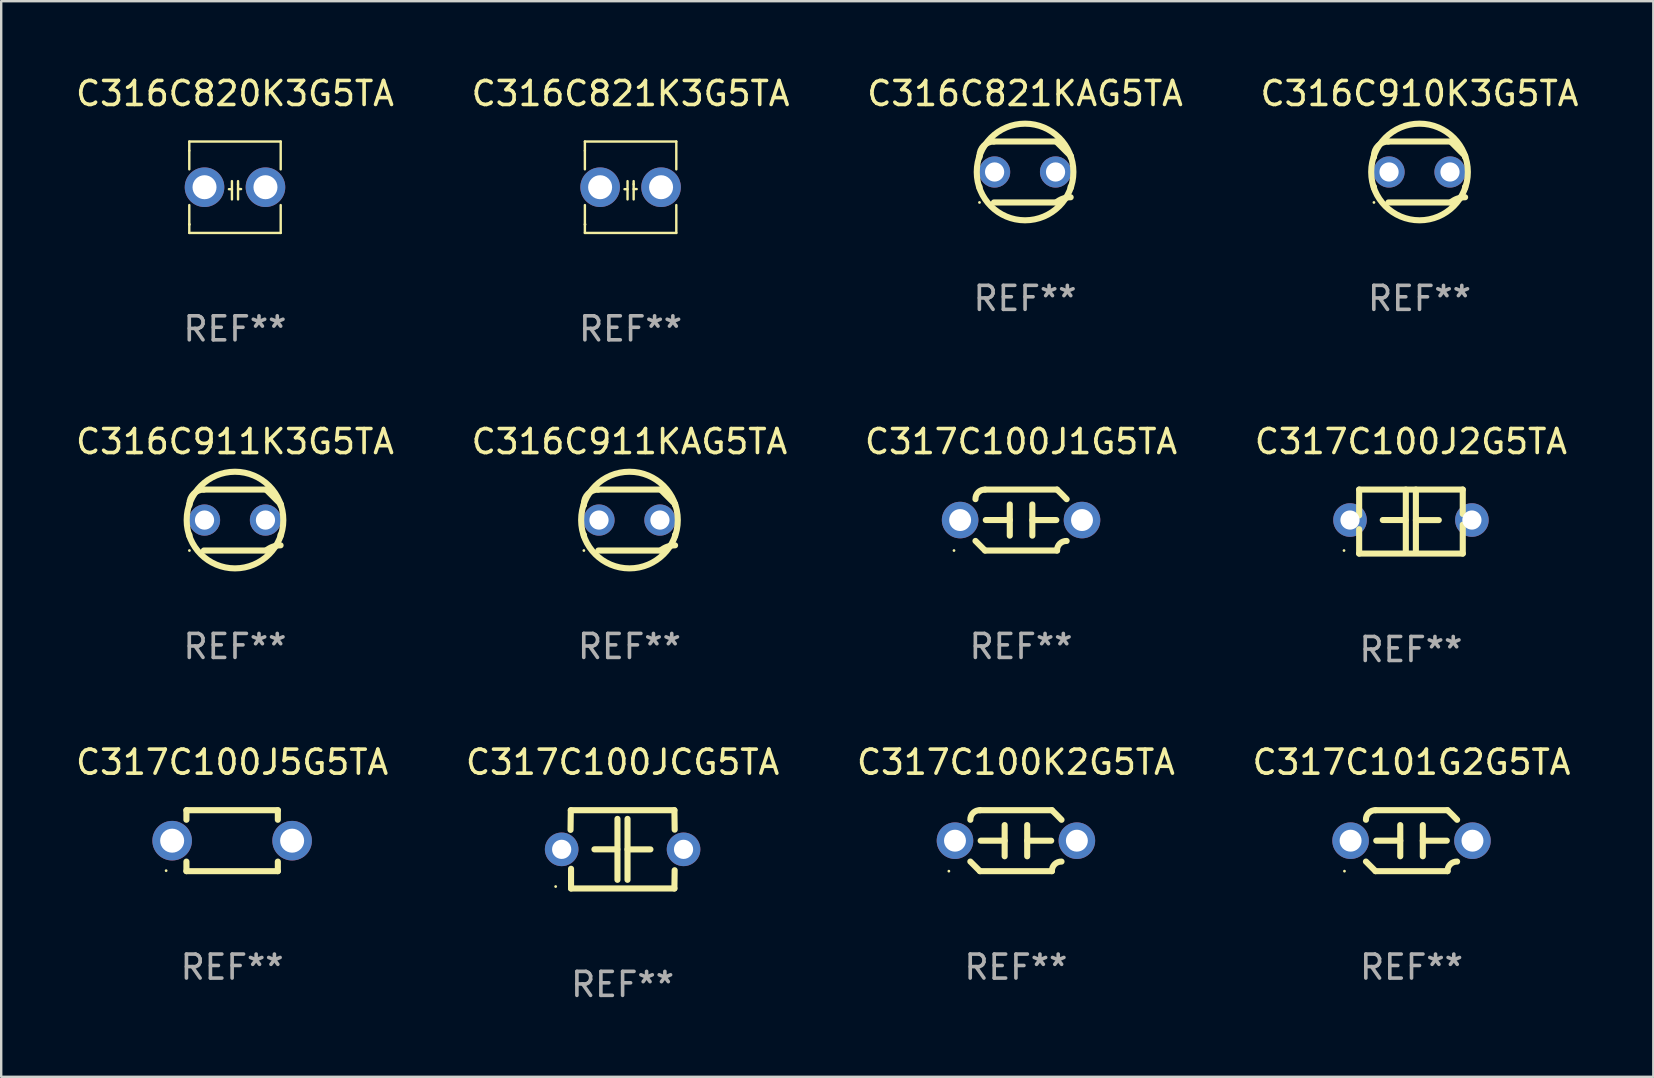
<source format=kicad_pcb>
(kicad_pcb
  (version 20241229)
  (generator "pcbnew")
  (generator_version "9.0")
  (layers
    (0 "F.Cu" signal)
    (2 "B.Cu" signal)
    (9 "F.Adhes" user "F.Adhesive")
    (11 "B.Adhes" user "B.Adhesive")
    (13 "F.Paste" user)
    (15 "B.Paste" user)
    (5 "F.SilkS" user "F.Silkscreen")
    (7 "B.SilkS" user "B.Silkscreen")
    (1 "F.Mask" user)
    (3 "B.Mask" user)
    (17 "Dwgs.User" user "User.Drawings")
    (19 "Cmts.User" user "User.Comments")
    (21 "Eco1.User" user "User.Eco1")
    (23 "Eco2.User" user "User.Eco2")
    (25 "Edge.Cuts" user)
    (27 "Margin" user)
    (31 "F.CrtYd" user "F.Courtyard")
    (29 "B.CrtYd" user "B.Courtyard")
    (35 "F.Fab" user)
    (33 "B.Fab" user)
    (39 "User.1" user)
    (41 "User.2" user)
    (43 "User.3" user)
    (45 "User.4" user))
  (footprint "C317C100J2G5TA"
    (layer "F.Cu")
    (at 55.756 18.688)
    (property "Reference" "C317C100J2G5TA" (at 0 -3.334 0) (layer "F.SilkS") (effects (font (size 1 1) (thickness 0.15))))
    (attr through_hole)
    (fp_line (start -2.159 -1.334) (end 2.159 -1.334) (stroke (width 0.254) (type solid)) (layer "F.SilkS"))
    (fp_line (start -2.159 -0.256) (end -2.159 -1.334) (stroke (width 0.254) (type solid)) (layer "F.SilkS"))
    (fp_line (start -2.159 1.334) (end -2.159 0.318) (stroke (width 0.254) (type solid)) (layer "F.SilkS"))
    (fp_line (start -0.22 -0.064) (end -1.175 -0.064) (stroke (width 0.254) (type solid)) (layer "F.SilkS"))
    (fp_line (start -0.214 -1.334) (end -0.214 1.207) (stroke (width 0.254) (type solid)) (layer "F.SilkS"))
    (fp_line (start 0.205 -1.334) (end 0.205 1.207) (stroke (width 0.254) (type solid)) (layer "F.SilkS"))
    (fp_line (start 0.205 -0.061) (end 1.16 -0.061) (stroke (width 0.254) (type solid)) (layer "F.SilkS"))
    (fp_line (start 2.159 -1.334) (end 2.159 -0.318) (stroke (width 0.254) (type solid)) (layer "F.SilkS"))
    (fp_line (start 2.159 0.129) (end 2.159 1.334) (stroke (width 0.254) (type solid)) (layer "F.SilkS"))
    (fp_line (start 2.159 1.334) (end -2.159 1.334) (stroke (width 0.254) (type solid)) (layer "F.SilkS"))
    (fp_circle (center -2.79 1.207) (end -2.76 1.207) (stroke (width 0.06) (type solid)) (fill no) (layer "F.SilkS"))
    (fp_text user "REF**" (at 0 5.334 0) (layer "F.Fab") (effects (font (size 1 1) (thickness 0.15))))
    (pad "1" thru_hole circle (at -2.54 -0.064) (size 1.4 1.4) (drill 0.8) (layers "*.Cu" "*.Mask"))
    (pad "2" thru_hole circle (at 2.54 -0.064) (size 1.4 1.4) (drill 0.8) (layers "*.Cu" "*.Mask")))
  (footprint "C317C100J5G5TA"
    (layer "F.Cu")
    (at 6.625 31.988)
    (property "Reference" "C317C100J5G5TA" (at 0 -3.27 0) (layer "F.SilkS") (effects (font (size 1 1) (thickness 0.15))))
    (attr through_hole)
    (fp_line (start -1.905 -1.27) (end 1.905 -1.27) (stroke (width 0.254) (type solid)) (layer "F.SilkS"))
    (fp_line (start -1.905 -0.872) (end -1.905 -1.27) (stroke (width 0.254) (type solid)) (layer "F.SilkS"))
    (fp_line (start -1.905 1.27) (end -1.905 0.872) (stroke (width 0.254) (type solid)) (layer "F.SilkS"))
    (fp_line (start 1.905 -1.27) (end 1.905 -0.872) (stroke (width 0.254) (type solid)) (layer "F.SilkS"))
    (fp_line (start 1.905 0.872) (end 1.905 1.27) (stroke (width 0.254) (type solid)) (layer "F.SilkS"))
    (fp_line (start 1.905 1.27) (end -1.905 1.27) (stroke (width 0.254) (type solid)) (layer "F.SilkS"))
    (fp_circle (center -2.751 1.25) (end -2.721 1.25) (stroke (width 0.06) (type solid)) (fill no) (layer "F.SilkS"))
    (fp_text user "REF**" (at 0 5.27 0) (layer "F.Fab") (effects (font (size 1 1) (thickness 0.15))))
    (pad "1" thru_hole circle (at -2.5 0) (size 1.65 1.65) (drill 1) (layers "*.Cu" "*.Mask"))
    (pad "2" thru_hole circle (at 2.5 0) (size 1.65 1.65) (drill 1) (layers "*.Cu" "*.Mask")))
  (footprint "C316C911K3G5TA"
    (layer "F.Cu")
    (at 6.744 18.625)
    (property "Reference" "C316C911K3G5TA" (at 0 -3.27 0) (layer "F.SilkS") (effects (font (size 1 1) (thickness 0.15))))
    (attr through_hole)
    (fp_line (start -1.9 -0.615) (end -1.9 -0.668) (stroke (width 0.254) (type solid)) (layer "F.SilkS"))
    (fp_line (start -1.9 0.668) (end -1.9 0.615) (stroke (width 0.254) (type solid)) (layer "F.SilkS"))
    (fp_line (start -1.298 1.27) (end 1.298 1.27) (stroke (width 0.254) (type solid)) (layer "F.SilkS"))
    (fp_line (start -1.298 -1.27) (end 1.298 -1.27) (stroke (width 0.254) (type solid)) (layer "F.SilkS"))
    (fp_line (start 1.9 -0.668) (end 1.9 -0.615) (stroke (width 0.254) (type solid)) (layer "F.SilkS"))
    (fp_line (start 1.9 0.615) (end 1.9 0.668) (stroke (width 0.254) (type solid)) (layer "F.SilkS"))
    (fp_arc (start -1.900025 0.667602) (mid 1.900003 -0.66758) (end -1.900025 0.667602) (stroke (width 0.254001) (type solid)) (layer "F.SilkS"))
    (fp_arc (start -1.9 -0.667602) (mid -1.723557 -1.093572) (end -1.297587 -1.270015) (stroke (width 0.254001) (type solid)) (layer "F.SilkS"))
    (fp_arc (start 1.297587 1.26999) (mid 1.579878 1.109027) (end 1.9 1.053172) (stroke (width 0.254001) (type solid)) (layer "F.SilkS"))
    (fp_arc (start 1.297611 -1.270042) (mid 1.598991 -0.969008) (end 1.900025 -0.667628) (stroke (width 0.254001) (type solid)) (layer "F.SilkS"))
    (fp_circle (center -1.9 1.27) (end -1.87 1.27) (stroke (width 0.06) (type solid)) (fill no) (layer "F.SilkS"))
    (fp_text user "REF**" (at 0 5.27 0) (layer "F.Fab") (effects (font (size 1 1) (thickness 0.15))))
    (pad "1" thru_hole circle (at -1.27 -0.000013) (size 1.3 1.3) (drill 0.8) (layers "*.Cu" "*.Mask"))
    (pad "2" thru_hole circle (at 1.27 -0.000013) (size 1.3 1.3) (drill 0.8) (layers "*.Cu" "*.Mask")))
  (footprint "C316C821K3G5TA"
    (layer "F.Cu")
    (at 23.232 4.753)
    (property "Reference" "C316C821K3G5TA" (at 0 -3.905 0) (layer "F.SilkS") (effects (font (size 1 1) (thickness 0.15))))
    (attr through_hole)
    (fp_line (start -1.905 -1.905) (end -1.905 -1.524) (stroke (width 0.1) (type solid)) (layer "F.SilkS"))
    (fp_line (start -1.905 -1.524) (end -1.905 -0.745) (stroke (width 0.1) (type solid)) (layer "F.SilkS"))
    (fp_line (start -1.905 0.744) (end -1.905 1.905) (stroke (width 0.1) (type solid)) (layer "F.SilkS"))
    (fp_line (start -1.905 1.905) (end 1.905 1.905) (stroke (width 0.1) (type solid)) (layer "F.SilkS"))
    (fp_line (start -0.127 -0.254) (end -0.127 0.508) (stroke (width 0.1) (type solid)) (layer "F.SilkS"))
    (fp_line (start -0.127 0.082) (end -0.254 0.082) (stroke (width 0.1) (type solid)) (layer "F.SilkS"))
    (fp_line (start 0.127 -0.127) (end 0.127 -0.254) (stroke (width 0.1) (type solid)) (layer "F.SilkS"))
    (fp_line (start 0.127 -0.127) (end 0.127 0.508) (stroke (width 0.1) (type solid)) (layer "F.SilkS"))
    (fp_line (start 0.127 0.077) (end 0.254 0.077) (stroke (width 0.1) (type solid)) (layer "F.SilkS"))
    (fp_line (start 1.905 -1.905) (end -1.905 -1.905) (stroke (width 0.1) (type solid)) (layer "F.SilkS"))
    (fp_line (start 1.905 -0.744) (end 1.905 -1.905) (stroke (width 0.1) (type solid)) (layer "F.SilkS"))
    (fp_line (start 1.905 1.905) (end 1.905 0.744) (stroke (width 0.1) (type solid)) (layer "F.SilkS"))
    (fp_circle (center -1.9 1.55) (end -1.87 1.55) (stroke (width 0.06) (type solid)) (fill no) (layer "F.SilkS"))
    (fp_text user "REF**" (at 0 5.905 0) (layer "F.Fab") (effects (font (size 1 1) (thickness 0.15))))
    (pad "1" thru_hole circle (at -1.27 0) (size 1.65 1.65) (drill 1) (layers "*.Cu" "*.Mask"))
    (pad "2" thru_hole circle (at 1.27 0) (size 1.65 1.65) (drill 1) (layers "*.Cu" "*.Mask")))
  (footprint "C316C821KAG5TA"
    (layer "F.Cu")
    (at 39.673 4.118)
    (property "Reference" "C316C821KAG5TA" (at 0 -3.27 0) (layer "F.SilkS") (effects (font (size 1 1) (thickness 0.15))))
    (attr through_hole)
    (fp_line (start -1.9 -0.615) (end -1.9 -0.668) (stroke (width 0.254) (type solid)) (layer "F.SilkS"))
    (fp_line (start -1.9 0.668) (end -1.9 0.615) (stroke (width 0.254) (type solid)) (layer "F.SilkS"))
    (fp_line (start -1.298 1.27) (end 1.298 1.27) (stroke (width 0.254) (type solid)) (layer "F.SilkS"))
    (fp_line (start -1.298 -1.27) (end 1.298 -1.27) (stroke (width 0.254) (type solid)) (layer "F.SilkS"))
    (fp_line (start 1.9 -0.668) (end 1.9 -0.615) (stroke (width 0.254) (type solid)) (layer "F.SilkS"))
    (fp_line (start 1.9 0.615) (end 1.9 0.668) (stroke (width 0.254) (type solid)) (layer "F.SilkS"))
    (fp_arc (start -1.900025 0.667602) (mid 1.900003 -0.66758) (end -1.900025 0.667602) (stroke (width 0.254001) (type solid)) (layer "F.SilkS"))
    (fp_arc (start -1.9 -0.667602) (mid -1.723557 -1.093572) (end -1.297587 -1.270015) (stroke (width 0.254001) (type solid)) (layer "F.SilkS"))
    (fp_arc (start 1.297587 1.26999) (mid 1.579878 1.109027) (end 1.9 1.053172) (stroke (width 0.254001) (type solid)) (layer "F.SilkS"))
    (fp_arc (start 1.297611 -1.270042) (mid 1.598991 -0.969008) (end 1.900025 -0.667628) (stroke (width 0.254001) (type solid)) (layer "F.SilkS"))
    (fp_circle (center -1.9 1.27) (end -1.87 1.27) (stroke (width 0.06) (type solid)) (fill no) (layer "F.SilkS"))
    (fp_text user "REF**" (at 0 5.27 0) (layer "F.Fab") (effects (font (size 1 1) (thickness 0.15))))
    (pad "1" thru_hole circle (at -1.27 -0.000013) (size 1.3 1.3) (drill 0.8) (layers "*.Cu" "*.Mask"))
    (pad "2" thru_hole circle (at 1.27 -0.000013) (size 1.3 1.3) (drill 0.8) (layers "*.Cu" "*.Mask")))
  (footprint "C317C101G2G5TA"
    (layer "F.Cu")
    (at 55.78 31.988)
    (property "Reference" "C317C101G2G5TA" (at 0 -3.27 0) (layer "F.SilkS") (effects (font (size 1 1) (thickness 0.15))))
    (attr through_hole)
    (fp_line (start -1.5 -1.27) (end 1.5 -1.27) (stroke (width 0.254) (type solid)) (layer "F.SilkS"))
    (fp_line (start -0.47 -0.65) (end -0.47 0.65) (stroke (width 0.254) (type solid)) (layer "F.SilkS"))
    (fp_line (start -0.47 -0.000381) (end -1.47 -0.000381) (stroke (width 0.254) (type solid)) (layer "F.SilkS"))
    (fp_line (start 0.47 0.000356) (end 1.47 0.000356) (stroke (width 0.254) (type solid)) (layer "F.SilkS"))
    (fp_line (start 0.47 0.65) (end 0.47 -0.65) (stroke (width 0.254) (type solid)) (layer "F.SilkS"))
    (fp_line (start 1.5 1.27) (end -1.5 1.27) (stroke (width 0.254) (type solid)) (layer "F.SilkS"))
    (fp_arc (start -1.899924 -0.871221) (mid -1.78599 -1.156887) (end -1.5 -1.270003) (stroke (width 0.254001) (type solid)) (layer "F.SilkS"))
    (fp_arc (start -1.501217 1.269929) (mid -1.700682 1.070039) (end -1.9 0.870003) (stroke (width 0.254001) (type solid)) (layer "F.SilkS"))
    (fp_arc (start 1.5 1.270003) (mid 1.614112 0.984517) (end 1.899923 0.871222) (stroke (width 0.254001) (type solid)) (layer "F.SilkS"))
    (fp_arc (start 1.501219 -1.269927) (mid 1.70319 -1.072538) (end 1.9 -0.870003) (stroke (width 0.254001) (type solid)) (layer "F.SilkS"))
    (fp_circle (center -2.795 1.27) (end -2.765 1.27) (stroke (width 0.06) (type solid)) (fill no) (layer "F.SilkS"))
    (fp_text user "REF**" (at 0 5.27 0) (layer "F.Fab") (effects (font (size 1 1) (thickness 0.15))))
    (pad "1" thru_hole circle (at -2.54 0) (size 1.524 1.524) (drill 0.914) (layers "*.Cu" "*.Mask"))
    (pad "2" thru_hole circle (at 2.54 0) (size 1.524 1.524) (drill 0.914) (layers "*.Cu" "*.Mask")))
  (footprint "C316C910K3G5TA"
    (layer "F.Cu")
    (at 56.113 4.118)
    (property "Reference" "C316C910K3G5TA" (at 0 -3.27 0) (layer "F.SilkS") (effects (font (size 1 1) (thickness 0.15))))
    (attr through_hole)
    (fp_line (start -1.9 -0.615) (end -1.9 -0.668) (stroke (width 0.254) (type solid)) (layer "F.SilkS"))
    (fp_line (start -1.9 0.668) (end -1.9 0.615) (stroke (width 0.254) (type solid)) (layer "F.SilkS"))
    (fp_line (start -1.298 1.27) (end 1.298 1.27) (stroke (width 0.254) (type solid)) (layer "F.SilkS"))
    (fp_line (start -1.298 -1.27) (end 1.298 -1.27) (stroke (width 0.254) (type solid)) (layer "F.SilkS"))
    (fp_line (start 1.9 -0.668) (end 1.9 -0.615) (stroke (width 0.254) (type solid)) (layer "F.SilkS"))
    (fp_line (start 1.9 0.615) (end 1.9 0.668) (stroke (width 0.254) (type solid)) (layer "F.SilkS"))
    (fp_arc (start -1.900025 0.667602) (mid 1.900003 -0.66758) (end -1.900025 0.667602) (stroke (width 0.254001) (type solid)) (layer "F.SilkS"))
    (fp_arc (start -1.9 -0.667602) (mid -1.723557 -1.093572) (end -1.297587 -1.270015) (stroke (width 0.254001) (type solid)) (layer "F.SilkS"))
    (fp_arc (start 1.297587 1.26999) (mid 1.579878 1.109027) (end 1.9 1.053172) (stroke (width 0.254001) (type solid)) (layer "F.SilkS"))
    (fp_arc (start 1.297611 -1.270042) (mid 1.598991 -0.969008) (end 1.900025 -0.667628) (stroke (width 0.254001) (type solid)) (layer "F.SilkS"))
    (fp_circle (center -1.9 1.27) (end -1.87 1.27) (stroke (width 0.06) (type solid)) (fill no) (layer "F.SilkS"))
    (fp_text user "REF**" (at 0 5.27 0) (layer "F.Fab") (effects (font (size 1 1) (thickness 0.15))))
    (pad "1" thru_hole circle (at -1.27 -0.000013) (size 1.3 1.3) (drill 0.8) (layers "*.Cu" "*.Mask"))
    (pad "2" thru_hole circle (at 1.27 -0.000013) (size 1.3 1.3) (drill 0.8) (layers "*.Cu" "*.Mask")))
  (footprint "C316C820K3G5TA"
    (layer "F.Cu")
    (at 6.744 4.753)
    (property "Reference" "C316C820K3G5TA" (at 0 -3.905 0) (layer "F.SilkS") (effects (font (size 1 1) (thickness 0.15))))
    (attr through_hole)
    (fp_line (start -1.905 -1.905) (end -1.905 -1.524) (stroke (width 0.1) (type solid)) (layer "F.SilkS"))
    (fp_line (start -1.905 -1.524) (end -1.905 -0.745) (stroke (width 0.1) (type solid)) (layer "F.SilkS"))
    (fp_line (start -1.905 0.744) (end -1.905 1.905) (stroke (width 0.1) (type solid)) (layer "F.SilkS"))
    (fp_line (start -1.905 1.905) (end 1.905 1.905) (stroke (width 0.1) (type solid)) (layer "F.SilkS"))
    (fp_line (start -0.127 -0.254) (end -0.127 0.508) (stroke (width 0.1) (type solid)) (layer "F.SilkS"))
    (fp_line (start -0.127 0.082) (end -0.254 0.082) (stroke (width 0.1) (type solid)) (layer "F.SilkS"))
    (fp_line (start 0.127 -0.127) (end 0.127 -0.254) (stroke (width 0.1) (type solid)) (layer "F.SilkS"))
    (fp_line (start 0.127 -0.127) (end 0.127 0.508) (stroke (width 0.1) (type solid)) (layer "F.SilkS"))
    (fp_line (start 0.127 0.077) (end 0.254 0.077) (stroke (width 0.1) (type solid)) (layer "F.SilkS"))
    (fp_line (start 1.905 -1.905) (end -1.905 -1.905) (stroke (width 0.1) (type solid)) (layer "F.SilkS"))
    (fp_line (start 1.905 -0.744) (end 1.905 -1.905) (stroke (width 0.1) (type solid)) (layer "F.SilkS"))
    (fp_line (start 1.905 1.905) (end 1.905 0.744) (stroke (width 0.1) (type solid)) (layer "F.SilkS"))
    (fp_circle (center -1.9 1.55) (end -1.87 1.55) (stroke (width 0.06) (type solid)) (fill no) (layer "F.SilkS"))
    (fp_text user "REF**" (at 0 5.905 0) (layer "F.Fab") (effects (font (size 1 1) (thickness 0.15))))
    (pad "1" thru_hole circle (at -1.27 0) (size 1.65 1.65) (drill 1) (layers "*.Cu" "*.Mask"))
    (pad "2" thru_hole circle (at 1.27 0) (size 1.65 1.65) (drill 1) (layers "*.Cu" "*.Mask")))
  (footprint "C316C911KAG5TA"
    (layer "F.Cu")
    (at 23.185 18.625)
    (property "Reference" "C316C911KAG5TA" (at 0 -3.27 0) (layer "F.SilkS") (effects (font (size 1 1) (thickness 0.15))))
    (attr through_hole)
    (fp_line (start -1.9 -0.615) (end -1.9 -0.668) (stroke (width 0.254) (type solid)) (layer "F.SilkS"))
    (fp_line (start -1.9 0.668) (end -1.9 0.615) (stroke (width 0.254) (type solid)) (layer "F.SilkS"))
    (fp_line (start -1.298 1.27) (end 1.298 1.27) (stroke (width 0.254) (type solid)) (layer "F.SilkS"))
    (fp_line (start -1.298 -1.27) (end 1.298 -1.27) (stroke (width 0.254) (type solid)) (layer "F.SilkS"))
    (fp_line (start 1.9 -0.668) (end 1.9 -0.615) (stroke (width 0.254) (type solid)) (layer "F.SilkS"))
    (fp_line (start 1.9 0.615) (end 1.9 0.668) (stroke (width 0.254) (type solid)) (layer "F.SilkS"))
    (fp_arc (start -1.900025 0.667602) (mid 1.900003 -0.66758) (end -1.900025 0.667602) (stroke (width 0.254001) (type solid)) (layer "F.SilkS"))
    (fp_arc (start -1.9 -0.667602) (mid -1.723557 -1.093572) (end -1.297587 -1.270015) (stroke (width 0.254001) (type solid)) (layer "F.SilkS"))
    (fp_arc (start 1.297587 1.26999) (mid 1.579878 1.109027) (end 1.9 1.053172) (stroke (width 0.254001) (type solid)) (layer "F.SilkS"))
    (fp_arc (start 1.297611 -1.270042) (mid 1.598991 -0.969008) (end 1.900025 -0.667628) (stroke (width 0.254001) (type solid)) (layer "F.SilkS"))
    (fp_circle (center -1.9 1.27) (end -1.87 1.27) (stroke (width 0.06) (type solid)) (fill no) (layer "F.SilkS"))
    (fp_text user "REF**" (at 0 5.27 0) (layer "F.Fab") (effects (font (size 1 1) (thickness 0.15))))
    (pad "1" thru_hole circle (at -1.27 -0.000013) (size 1.3 1.3) (drill 0.8) (layers "*.Cu" "*.Mask"))
    (pad "2" thru_hole circle (at 1.27 -0.000013) (size 1.3 1.3) (drill 0.8) (layers "*.Cu" "*.Mask")))
  (footprint "C317C100JCG5TA"
    (layer "F.Cu")
    (at 22.899 32.349)
    (property "Reference" "C317C100JCG5TA" (at 0 -3.631 0) (layer "F.SilkS") (effects (font (size 1 1) (thickness 0.15))))
    (attr through_hole)
    (fp_line (start -2.17 -0.81) (end -2.159 -1.631) (stroke (width 0.254) (type solid)) (layer "F.SilkS"))
    (fp_line (start -2.159 -1.631) (end 2.159 -1.631) (stroke (width 0.254) (type solid)) (layer "F.SilkS"))
    (fp_line (start -2.149 1.631) (end -2.149 0.81) (stroke (width 0.254) (type solid)) (layer "F.SilkS"))
    (fp_line (start -0.22 0) (end -1.175 0) (stroke (width 0.254) (type solid)) (layer "F.SilkS"))
    (fp_line (start -0.214 -1.27) (end -0.214 1.27) (stroke (width 0.254) (type solid)) (layer "F.SilkS"))
    (fp_line (start 0.205 -1.27) (end 0.205 1.27) (stroke (width 0.254) (type solid)) (layer "F.SilkS"))
    (fp_line (start 0.205 0.002) (end 1.16 0.002) (stroke (width 0.254) (type solid)) (layer "F.SilkS"))
    (fp_line (start 2.159 -1.631) (end 2.17 -0.82) (stroke (width 0.254) (type solid)) (layer "F.SilkS"))
    (fp_line (start 2.159 1.631) (end -2.149 1.631) (stroke (width 0.254) (type solid)) (layer "F.SilkS"))
    (fp_line (start 2.169 0.871) (end 2.159 1.631) (stroke (width 0.254) (type solid)) (layer "F.SilkS"))
    (fp_circle (center -2.79 1.55) (end -2.76 1.55) (stroke (width 0.06) (type solid)) (fill no) (layer "F.SilkS"))
    (fp_text user "REF**" (at 0 5.631 0) (layer "F.Fab") (effects (font (size 1 1) (thickness 0.15))))
    (pad "1" thru_hole circle (at -2.54 0) (size 1.4 1.4) (drill 0.8) (layers "*.Cu" "*.Mask"))
    (pad "2" thru_hole circle (at 2.54 0) (size 1.4 1.4) (drill 0.8) (layers "*.Cu" "*.Mask")))
  (footprint "C317C100J1G5TA"
    (layer "F.Cu")
    (at 39.506 18.625)
    (property "Reference" "C317C100J1G5TA" (at 0 -3.27 0) (layer "F.SilkS") (effects (font (size 1 1) (thickness 0.15))))
    (attr through_hole)
    (fp_line (start -1.5 -1.27) (end 1.5 -1.27) (stroke (width 0.254) (type solid)) (layer "F.SilkS"))
    (fp_line (start -0.47 -0.65) (end -0.47 0.65) (stroke (width 0.254) (type solid)) (layer "F.SilkS"))
    (fp_line (start -0.47 -0.000381) (end -1.47 -0.000381) (stroke (width 0.254) (type solid)) (layer "F.SilkS"))
    (fp_line (start 0.47 0.000356) (end 1.47 0.000356) (stroke (width 0.254) (type solid)) (layer "F.SilkS"))
    (fp_line (start 0.47 0.65) (end 0.47 -0.65) (stroke (width 0.254) (type solid)) (layer "F.SilkS"))
    (fp_line (start 1.5 1.27) (end -1.5 1.27) (stroke (width 0.254) (type solid)) (layer "F.SilkS"))
    (fp_arc (start -1.899924 -0.871221) (mid -1.78599 -1.156887) (end -1.5 -1.270003) (stroke (width 0.254001) (type solid)) (layer "F.SilkS"))
    (fp_arc (start -1.501217 1.269929) (mid -1.700682 1.070039) (end -1.9 0.870003) (stroke (width 0.254001) (type solid)) (layer "F.SilkS"))
    (fp_arc (start 1.5 1.270003) (mid 1.614112 0.984517) (end 1.899923 0.871222) (stroke (width 0.254001) (type solid)) (layer "F.SilkS"))
    (fp_arc (start 1.501219 -1.269927) (mid 1.70319 -1.072538) (end 1.9 -0.870003) (stroke (width 0.254001) (type solid)) (layer "F.SilkS"))
    (fp_circle (center -2.795 1.27) (end -2.765 1.27) (stroke (width 0.06) (type solid)) (fill no) (layer "F.SilkS"))
    (fp_text user "REF**" (at 0 5.27 0) (layer "F.Fab") (effects (font (size 1 1) (thickness 0.15))))
    (pad "1" thru_hole circle (at -2.54 0) (size 1.524 1.524) (drill 0.914) (layers "*.Cu" "*.Mask"))
    (pad "2" thru_hole circle (at 2.54 0) (size 1.524 1.524) (drill 0.914) (layers "*.Cu" "*.Mask")))
  (footprint "C317C100K2G5TA"
    (layer "F.Cu")
    (at 39.292 31.988)
    (property "Reference" "C317C100K2G5TA" (at 0 -3.27 0) (layer "F.SilkS") (effects (font (size 1 1) (thickness 0.15))))
    (attr through_hole)
    (fp_line (start -1.5 -1.27) (end 1.5 -1.27) (stroke (width 0.254) (type solid)) (layer "F.SilkS"))
    (fp_line (start -0.47 -0.65) (end -0.47 0.65) (stroke (width 0.254) (type solid)) (layer "F.SilkS"))
    (fp_line (start -0.47 -0.000381) (end -1.47 -0.000381) (stroke (width 0.254) (type solid)) (layer "F.SilkS"))
    (fp_line (start 0.47 0.000356) (end 1.47 0.000356) (stroke (width 0.254) (type solid)) (layer "F.SilkS"))
    (fp_line (start 0.47 0.65) (end 0.47 -0.65) (stroke (width 0.254) (type solid)) (layer "F.SilkS"))
    (fp_line (start 1.5 1.27) (end -1.5 1.27) (stroke (width 0.254) (type solid)) (layer "F.SilkS"))
    (fp_arc (start -1.899924 -0.871221) (mid -1.78599 -1.156887) (end -1.5 -1.270003) (stroke (width 0.254001) (type solid)) (layer "F.SilkS"))
    (fp_arc (start -1.501217 1.269929) (mid -1.700682 1.070039) (end -1.9 0.870003) (stroke (width 0.254001) (type solid)) (layer "F.SilkS"))
    (fp_arc (start 1.5 1.270003) (mid 1.614112 0.984517) (end 1.899923 0.871222) (stroke (width 0.254001) (type solid)) (layer "F.SilkS"))
    (fp_arc (start 1.501219 -1.269927) (mid 1.70319 -1.072538) (end 1.9 -0.870003) (stroke (width 0.254001) (type solid)) (layer "F.SilkS"))
    (fp_circle (center -2.795 1.27) (end -2.765 1.27) (stroke (width 0.06) (type solid)) (fill no) (layer "F.SilkS"))
    (fp_text user "REF**" (at 0 5.27 0) (layer "F.Fab") (effects (font (size 1 1) (thickness 0.15))))
    (pad "1" thru_hole circle (at -2.54 0) (size 1.524 1.524) (drill 0.914) (layers "*.Cu" "*.Mask"))
    (pad "2" thru_hole circle (at 2.54 0) (size 1.524 1.524) (drill 0.914) (layers "*.Cu" "*.Mask")))
  (gr_rect
    (start -3 -3)
    (end 65.857 41.828)
    (stroke (width 0.1) (type default))
    (fill no)
    (layer "Edge.Cuts")))
</source>
